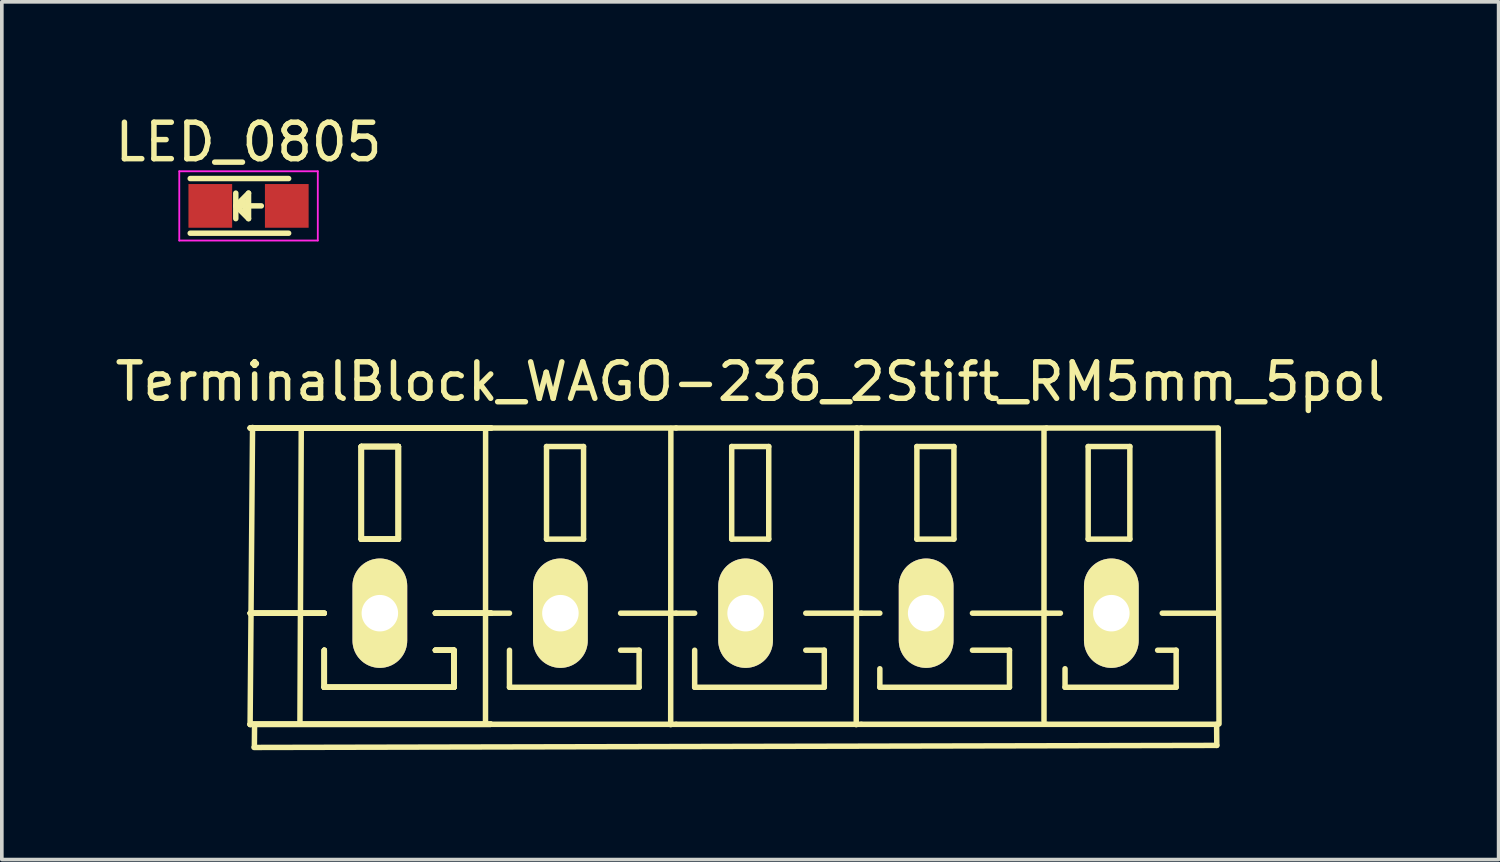
<source format=kicad_pcb>
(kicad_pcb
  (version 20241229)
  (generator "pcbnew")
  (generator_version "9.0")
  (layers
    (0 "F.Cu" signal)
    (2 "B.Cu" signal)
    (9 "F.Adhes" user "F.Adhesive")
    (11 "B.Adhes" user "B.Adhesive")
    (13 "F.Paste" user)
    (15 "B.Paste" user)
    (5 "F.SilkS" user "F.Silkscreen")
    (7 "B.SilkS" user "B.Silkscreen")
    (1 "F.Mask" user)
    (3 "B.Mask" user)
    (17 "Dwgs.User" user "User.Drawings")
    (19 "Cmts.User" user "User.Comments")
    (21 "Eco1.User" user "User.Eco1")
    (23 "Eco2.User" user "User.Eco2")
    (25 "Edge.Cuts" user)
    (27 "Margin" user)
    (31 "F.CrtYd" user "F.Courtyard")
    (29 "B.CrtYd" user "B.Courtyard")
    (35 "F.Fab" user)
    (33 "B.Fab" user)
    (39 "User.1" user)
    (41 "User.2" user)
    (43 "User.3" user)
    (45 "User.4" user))
  (footprint "TerminalBlock_WAGO-236_2Stift_RM5mm_5pol"
    (layer "F.Cu")
    (at 17.53 16.311)
    (property "Reference" "TerminalBlock_WAGO-236_2Stift_RM5mm_5pol" (at 0 -8.89 0) (layer "F.SilkS") (effects (font (size 1 1) (thickness 0.15))))
    (attr through_hole)
    (fp_line (start -13.719 0.518) (end -13.652 -7.635) (stroke (width 0.15) (type solid)) (layer "F.SilkS"))
    (fp_line (start -13.716 -7.62) (end -12.192 -7.62) (stroke (width 0.15) (type solid)) (layer "F.SilkS"))
    (fp_line (start -13.716 -7.62) (end -12.192 -7.62) (stroke (width 0.15) (type solid)) (layer "F.SilkS"))
    (fp_line (start -13.716 -7.62) (end -12.192 -7.62) (stroke (width 0.15) (type solid)) (layer "F.SilkS"))
    (fp_line (start -13.716 -7.62) (end -12.192 -7.62) (stroke (width 0.15) (type solid)) (layer "F.SilkS"))
    (fp_line (start -13.716 -2.54) (end -11.684 -2.54) (stroke (width 0.15) (type solid)) (layer "F.SilkS"))
    (fp_line (start -13.716 -2.54) (end -11.684 -2.54) (stroke (width 0.15) (type solid)) (layer "F.SilkS"))
    (fp_line (start -13.716 -2.54) (end -11.684 -2.54) (stroke (width 0.15) (type solid)) (layer "F.SilkS"))
    (fp_line (start -13.716 -2.54) (end -11.684 -2.54) (stroke (width 0.15) (type solid)) (layer "F.SilkS"))
    (fp_line (start -13.716 0.508) (end -7.112 0.508) (stroke (width 0.15) (type solid)) (layer "F.SilkS"))
    (fp_line (start -13.716 0.508) (end -7.112 0.508) (stroke (width 0.15) (type solid)) (layer "F.SilkS"))
    (fp_line (start -13.716 0.508) (end -7.112 0.508) (stroke (width 0.15) (type solid)) (layer "F.SilkS"))
    (fp_line (start -13.716 0.508) (end -7.112 0.508) (stroke (width 0.15) (type solid)) (layer "F.SilkS"))
    (fp_line (start -13.612 1.143) (end 12.799 1.087) (stroke (width 0.15) (type solid)) (layer "F.SilkS"))
    (fp_line (start -13.602 1.12) (end -13.597 0.523) (stroke (width 0.15) (type solid)) (layer "F.SilkS"))
    (fp_line (start -12.352 0.488) (end -12.316 -7.582) (stroke (width 0.15) (type solid)) (layer "F.SilkS"))
    (fp_line (start -12.192 -7.62) (end -10.16 -7.62) (stroke (width 0.15) (type solid)) (layer "F.SilkS"))
    (fp_line (start -12.192 -7.62) (end -10.16 -7.62) (stroke (width 0.15) (type solid)) (layer "F.SilkS"))
    (fp_line (start -12.192 -7.62) (end -10.16 -7.62) (stroke (width 0.15) (type solid)) (layer "F.SilkS"))
    (fp_line (start -12.192 -7.62) (end -10.16 -7.62) (stroke (width 0.15) (type solid)) (layer "F.SilkS"))
    (fp_line (start -11.684 -1.524) (end -11.684 -0.508) (stroke (width 0.15) (type solid)) (layer "F.SilkS"))
    (fp_line (start -11.684 -1.524) (end -11.684 -0.508) (stroke (width 0.15) (type solid)) (layer "F.SilkS"))
    (fp_line (start -11.684 -1.524) (end -11.684 -0.508) (stroke (width 0.15) (type solid)) (layer "F.SilkS"))
    (fp_line (start -11.684 -1.524) (end -11.684 -0.508) (stroke (width 0.15) (type solid)) (layer "F.SilkS"))
    (fp_line (start -11.684 -0.508) (end -8.128 -0.508) (stroke (width 0.15) (type solid)) (layer "F.SilkS"))
    (fp_line (start -11.684 -0.508) (end -8.128 -0.508) (stroke (width 0.15) (type solid)) (layer "F.SilkS"))
    (fp_line (start -11.684 -0.508) (end -8.128 -0.508) (stroke (width 0.15) (type solid)) (layer "F.SilkS"))
    (fp_line (start -11.684 -0.508) (end -8.128 -0.508) (stroke (width 0.15) (type solid)) (layer "F.SilkS"))
    (fp_line (start -10.668 -7.112) (end -9.652 -7.112) (stroke (width 0.15) (type solid)) (layer "F.SilkS"))
    (fp_line (start -10.668 -7.112) (end -9.652 -7.112) (stroke (width 0.15) (type solid)) (layer "F.SilkS"))
    (fp_line (start -10.668 -7.112) (end -9.652 -7.112) (stroke (width 0.15) (type solid)) (layer "F.SilkS"))
    (fp_line (start -10.668 -7.112) (end -9.652 -7.112) (stroke (width 0.15) (type solid)) (layer "F.SilkS"))
    (fp_line (start -10.668 -4.572) (end -10.668 -7.112) (stroke (width 0.15) (type solid)) (layer "F.SilkS"))
    (fp_line (start -10.668 -4.572) (end -10.668 -7.112) (stroke (width 0.15) (type solid)) (layer "F.SilkS"))
    (fp_line (start -10.668 -4.572) (end -10.668 -7.112) (stroke (width 0.15) (type solid)) (layer "F.SilkS"))
    (fp_line (start -10.668 -4.572) (end -10.668 -7.112) (stroke (width 0.15) (type solid)) (layer "F.SilkS"))
    (fp_line (start -10.16 -7.62) (end -7.112 -7.62) (stroke (width 0.15) (type solid)) (layer "F.SilkS"))
    (fp_line (start -10.16 -7.62) (end -7.112 -7.62) (stroke (width 0.15) (type solid)) (layer "F.SilkS"))
    (fp_line (start -10.16 -7.62) (end -7.112 -7.62) (stroke (width 0.15) (type solid)) (layer "F.SilkS"))
    (fp_line (start -10.16 -7.62) (end -7.112 -7.62) (stroke (width 0.15) (type solid)) (layer "F.SilkS"))
    (fp_line (start -9.652 -7.112) (end -9.652 -4.572) (stroke (width 0.15) (type solid)) (layer "F.SilkS"))
    (fp_line (start -9.652 -7.112) (end -9.652 -4.572) (stroke (width 0.15) (type solid)) (layer "F.SilkS"))
    (fp_line (start -9.652 -7.112) (end -9.652 -4.572) (stroke (width 0.15) (type solid)) (layer "F.SilkS"))
    (fp_line (start -9.652 -7.112) (end -9.652 -4.572) (stroke (width 0.15) (type solid)) (layer "F.SilkS"))
    (fp_line (start -9.652 -4.572) (end -10.668 -4.572) (stroke (width 0.15) (type solid)) (layer "F.SilkS"))
    (fp_line (start -9.652 -4.572) (end -10.668 -4.572) (stroke (width 0.15) (type solid)) (layer "F.SilkS"))
    (fp_line (start -9.652 -4.572) (end -10.668 -4.572) (stroke (width 0.15) (type solid)) (layer "F.SilkS"))
    (fp_line (start -9.652 -4.572) (end -10.668 -4.572) (stroke (width 0.15) (type solid)) (layer "F.SilkS"))
    (fp_line (start -8.636 -2.54) (end -7.112 -2.54) (stroke (width 0.15) (type solid)) (layer "F.SilkS"))
    (fp_line (start -8.636 -2.54) (end -7.112 -2.54) (stroke (width 0.15) (type solid)) (layer "F.SilkS"))
    (fp_line (start -8.636 -2.54) (end -7.112 -2.54) (stroke (width 0.15) (type solid)) (layer "F.SilkS"))
    (fp_line (start -8.636 -2.54) (end -7.112 -2.54) (stroke (width 0.15) (type solid)) (layer "F.SilkS"))
    (fp_line (start -8.128 -1.524) (end -8.636 -1.524) (stroke (width 0.15) (type solid)) (layer "F.SilkS"))
    (fp_line (start -8.128 -1.524) (end -8.636 -1.524) (stroke (width 0.15) (type solid)) (layer "F.SilkS"))
    (fp_line (start -8.128 -1.524) (end -8.636 -1.524) (stroke (width 0.15) (type solid)) (layer "F.SilkS"))
    (fp_line (start -8.128 -1.524) (end -8.636 -1.524) (stroke (width 0.15) (type solid)) (layer "F.SilkS"))
    (fp_line (start -8.128 -0.508) (end -8.128 -1.524) (stroke (width 0.15) (type solid)) (layer "F.SilkS"))
    (fp_line (start -8.128 -0.508) (end -8.128 -1.524) (stroke (width 0.15) (type solid)) (layer "F.SilkS"))
    (fp_line (start -8.128 -0.508) (end -8.128 -1.524) (stroke (width 0.15) (type solid)) (layer "F.SilkS"))
    (fp_line (start -8.128 -0.508) (end -8.128 -1.524) (stroke (width 0.15) (type solid)) (layer "F.SilkS"))
    (fp_line (start -7.262 0.495) (end -7.259 -7.574) (stroke (width 0.15) (type solid)) (layer "F.SilkS"))
    (fp_line (start -7.112 -2.54) (end -6.604 -2.54) (stroke (width 0.15) (type solid)) (layer "F.SilkS"))
    (fp_line (start -7.112 0.508) (end -2.032 0.508) (stroke (width 0.15) (type solid)) (layer "F.SilkS"))
    (fp_line (start -6.604 -1.524) (end -6.604 -0.508) (stroke (width 0.15) (type solid)) (layer "F.SilkS"))
    (fp_line (start -6.604 -0.508) (end -3.048 -0.508) (stroke (width 0.15) (type solid)) (layer "F.SilkS"))
    (fp_line (start -5.588 -7.112) (end -5.588 -4.572) (stroke (width 0.15) (type solid)) (layer "F.SilkS"))
    (fp_line (start -5.588 -4.572) (end -4.572 -4.572) (stroke (width 0.15) (type solid)) (layer "F.SilkS"))
    (fp_line (start -4.572 -7.112) (end -5.588 -7.112) (stroke (width 0.15) (type solid)) (layer "F.SilkS"))
    (fp_line (start -4.572 -4.572) (end -4.572 -7.112) (stroke (width 0.15) (type solid)) (layer "F.SilkS"))
    (fp_line (start -3.556 -2.54) (end -2.032 -2.54) (stroke (width 0.15) (type solid)) (layer "F.SilkS"))
    (fp_line (start -3.048 -1.524) (end -3.556 -1.524) (stroke (width 0.15) (type solid)) (layer "F.SilkS"))
    (fp_line (start -3.048 -0.508) (end -3.048 -1.524) (stroke (width 0.15) (type solid)) (layer "F.SilkS"))
    (fp_line (start -2.182 0.518) (end -2.177 -7.607) (stroke (width 0.15) (type solid)) (layer "F.SilkS"))
    (fp_line (start -2.032 -7.62) (end -7.112 -7.62) (stroke (width 0.15) (type solid)) (layer "F.SilkS"))
    (fp_line (start -2.032 -2.54) (end -1.524 -2.54) (stroke (width 0.15) (type solid)) (layer "F.SilkS"))
    (fp_line (start -2.032 0.508) (end 3.048 0.508) (stroke (width 0.15) (type solid)) (layer "F.SilkS"))
    (fp_line (start -1.524 -1.524) (end -1.524 -0.508) (stroke (width 0.15) (type solid)) (layer "F.SilkS"))
    (fp_line (start -1.524 -0.508) (end 2.032 -0.508) (stroke (width 0.15) (type solid)) (layer "F.SilkS"))
    (fp_line (start -0.508 -7.112) (end -0.508 -4.572) (stroke (width 0.15) (type solid)) (layer "F.SilkS"))
    (fp_line (start -0.508 -4.572) (end 0.508 -4.572) (stroke (width 0.15) (type solid)) (layer "F.SilkS"))
    (fp_line (start 0.508 -7.112) (end -0.508 -7.112) (stroke (width 0.15) (type solid)) (layer "F.SilkS"))
    (fp_line (start 0.508 -4.572) (end 0.508 -7.112) (stroke (width 0.15) (type solid)) (layer "F.SilkS"))
    (fp_line (start 1.524 -2.54) (end 3.048 -2.54) (stroke (width 0.15) (type solid)) (layer "F.SilkS"))
    (fp_line (start 2.032 -1.524) (end 1.524 -1.524) (stroke (width 0.15) (type solid)) (layer "F.SilkS"))
    (fp_line (start 2.032 -0.508) (end 2.032 -1.524) (stroke (width 0.15) (type solid)) (layer "F.SilkS"))
    (fp_line (start 2.908 0.518) (end 2.924 -7.62) (stroke (width 0.15) (type solid)) (layer "F.SilkS"))
    (fp_line (start 3.048 -7.62) (end -2.032 -7.62) (stroke (width 0.15) (type solid)) (layer "F.SilkS"))
    (fp_line (start 3.048 -2.54) (end 3.556 -2.54) (stroke (width 0.15) (type solid)) (layer "F.SilkS"))
    (fp_line (start 3.048 0.508) (end 8.128 0.508) (stroke (width 0.15) (type solid)) (layer "F.SilkS"))
    (fp_line (start 3.556 -1.016) (end 3.556 -0.508) (stroke (width 0.15) (type solid)) (layer "F.SilkS"))
    (fp_line (start 3.556 -0.508) (end 7.112 -0.508) (stroke (width 0.15) (type solid)) (layer "F.SilkS"))
    (fp_line (start 4.572 -7.112) (end 4.572 -4.572) (stroke (width 0.15) (type solid)) (layer "F.SilkS"))
    (fp_line (start 4.572 -4.572) (end 5.588 -4.572) (stroke (width 0.15) (type solid)) (layer "F.SilkS"))
    (fp_line (start 5.588 -7.112) (end 4.572 -7.112) (stroke (width 0.15) (type solid)) (layer "F.SilkS"))
    (fp_line (start 5.588 -4.572) (end 5.588 -7.112) (stroke (width 0.15) (type solid)) (layer "F.SilkS"))
    (fp_line (start 6.096 -2.54) (end 8.128 -2.54) (stroke (width 0.15) (type solid)) (layer "F.SilkS"))
    (fp_line (start 7.112 -1.524) (end 6.096 -1.524) (stroke (width 0.15) (type solid)) (layer "F.SilkS"))
    (fp_line (start 7.112 -0.508) (end 7.112 -1.524) (stroke (width 0.15) (type solid)) (layer "F.SilkS"))
    (fp_line (start 8.001 -2.54) (end 8.509 -2.54) (stroke (width 0.15) (type solid)) (layer "F.SilkS"))
    (fp_line (start 8.059 0.411) (end 8.059 -7.605) (stroke (width 0.15) (type solid)) (layer "F.SilkS"))
    (fp_line (start 8.128 -7.62) (end 3.048 -7.62) (stroke (width 0.15) (type solid)) (layer "F.SilkS"))
    (fp_line (start 8.128 0.508) (end 12.827 0.508) (stroke (width 0.15) (type solid)) (layer "F.SilkS"))
    (fp_line (start 8.636 -1.016) (end 8.636 -0.508) (stroke (width 0.15) (type solid)) (layer "F.SilkS"))
    (fp_line (start 8.636 -0.508) (end 11.684 -0.508) (stroke (width 0.15) (type solid)) (layer "F.SilkS"))
    (fp_line (start 9.271 -7.112) (end 10.414 -7.112) (stroke (width 0.15) (type solid)) (layer "F.SilkS"))
    (fp_line (start 9.271 -4.572) (end 9.271 -7.112) (stroke (width 0.15) (type solid)) (layer "F.SilkS"))
    (fp_line (start 10.414 -7.112) (end 10.414 -4.572) (stroke (width 0.15) (type solid)) (layer "F.SilkS"))
    (fp_line (start 10.414 -4.572) (end 9.271 -4.572) (stroke (width 0.15) (type solid)) (layer "F.SilkS"))
    (fp_line (start 11.303 -2.54) (end 12.827 -2.54) (stroke (width 0.15) (type solid)) (layer "F.SilkS"))
    (fp_line (start 11.684 -1.524) (end 11.176 -1.524) (stroke (width 0.15) (type solid)) (layer "F.SilkS"))
    (fp_line (start 11.684 -0.508) (end 11.684 -1.524) (stroke (width 0.15) (type solid)) (layer "F.SilkS"))
    (fp_line (start 12.799 1.087) (end 12.794 0.508) (stroke (width 0.15) (type solid)) (layer "F.SilkS"))
    (fp_line (start 12.827 -7.62) (end 8.128 -7.62) (stroke (width 0.15) (type solid)) (layer "F.SilkS"))
    (fp_line (start 12.86 0.498) (end 12.84 -7.615) (stroke (width 0.15) (type solid)) (layer "F.SilkS"))
    (pad "1" thru_hole oval (at -10.16 -2.54 90) (size 3 1.501) (drill 1.001) (layers "*.Cu" "*.Mask" "F.SilkS"))
    (pad "2" thru_hole oval (at -5.207 -2.54 90) (size 3 1.501) (drill 1.001) (layers "*.Cu" "*.Mask" "F.SilkS"))
    (pad "3" thru_hole oval (at -0.127 -2.54 90) (size 3 1.501) (drill 1.001) (layers "*.Cu" "*.Mask" "F.SilkS"))
    (pad "4" thru_hole oval (at 4.826 -2.54 90) (size 3 1.501) (drill 1.001) (layers "*.Cu" "*.Mask" "F.SilkS"))
    (pad "5" thru_hole oval (at 9.906 -2.54 90) (size 3 1.501) (drill 1.001) (layers "*.Cu" "*.Mask" "F.SilkS")))
  (footprint "LED_0805"
    (layer "F.Cu")
    (at 3.768 2.598)
    (property "Reference" "LED_0805" (at 0 -1.75 0) (layer "F.SilkS") (effects (font (size 1 1) (thickness 0.15))))
    (attr smd)
    (fp_line (start -1.6 -0.75) (end 1.1 -0.75) (stroke (width 0.15) (type solid)) (layer "F.SilkS"))
    (fp_line (start -1.6 0.75) (end 1.1 0.75) (stroke (width 0.15) (type solid)) (layer "F.SilkS"))
    (fp_line (start -0.35 -0.35) (end -0.35 0.35) (stroke (width 0.15) (type solid)) (layer "F.SilkS"))
    (fp_line (start -0.35 0) (end 0 -0.35) (stroke (width 0.15) (type solid)) (layer "F.SilkS"))
    (fp_line (start -0.1 -0.1) (end -0.25 0.05) (stroke (width 0.15) (type solid)) (layer "F.SilkS"))
    (fp_line (start -0.1 0.15) (end -0.1 -0.1) (stroke (width 0.15) (type solid)) (layer "F.SilkS"))
    (fp_line (start 0 -0.35) (end 0 0.35) (stroke (width 0.15) (type solid)) (layer "F.SilkS"))
    (fp_line (start 0 0) (end 0.35 0) (stroke (width 0.15) (type solid)) (layer "F.SilkS"))
    (fp_line (start 0 0.35) (end -0.35 0) (stroke (width 0.15) (type solid)) (layer "F.SilkS"))
    (fp_line (start -1.9 -0.95) (end 1.9 -0.95) (stroke (width 0.05) (type solid)) (layer "F.CrtYd"))
    (fp_line (start -1.9 0.95) (end -1.9 -0.95) (stroke (width 0.05) (type solid)) (layer "F.CrtYd"))
    (fp_line (start 1.9 -0.95) (end 1.9 0.95) (stroke (width 0.05) (type solid)) (layer "F.CrtYd"))
    (fp_line (start 1.9 0.95) (end -1.9 0.95) (stroke (width 0.05) (type solid)) (layer "F.CrtYd"))
    (pad "1" smd rect (at 1.049 0 180) (size 1.199 1.199) (layers "F.Cu" "F.Mask" "F.Paste"))
    (pad "2" smd rect (at -1.049 0 180) (size 1.199 1.199) (layers "F.Cu" "F.Mask" "F.Paste")))
  (gr_rect
    (start -3 -3)
    (end 38.06 20.529)
    (stroke (width 0.1) (type default))
    (fill no)
    (layer "Edge.Cuts")))
</source>
